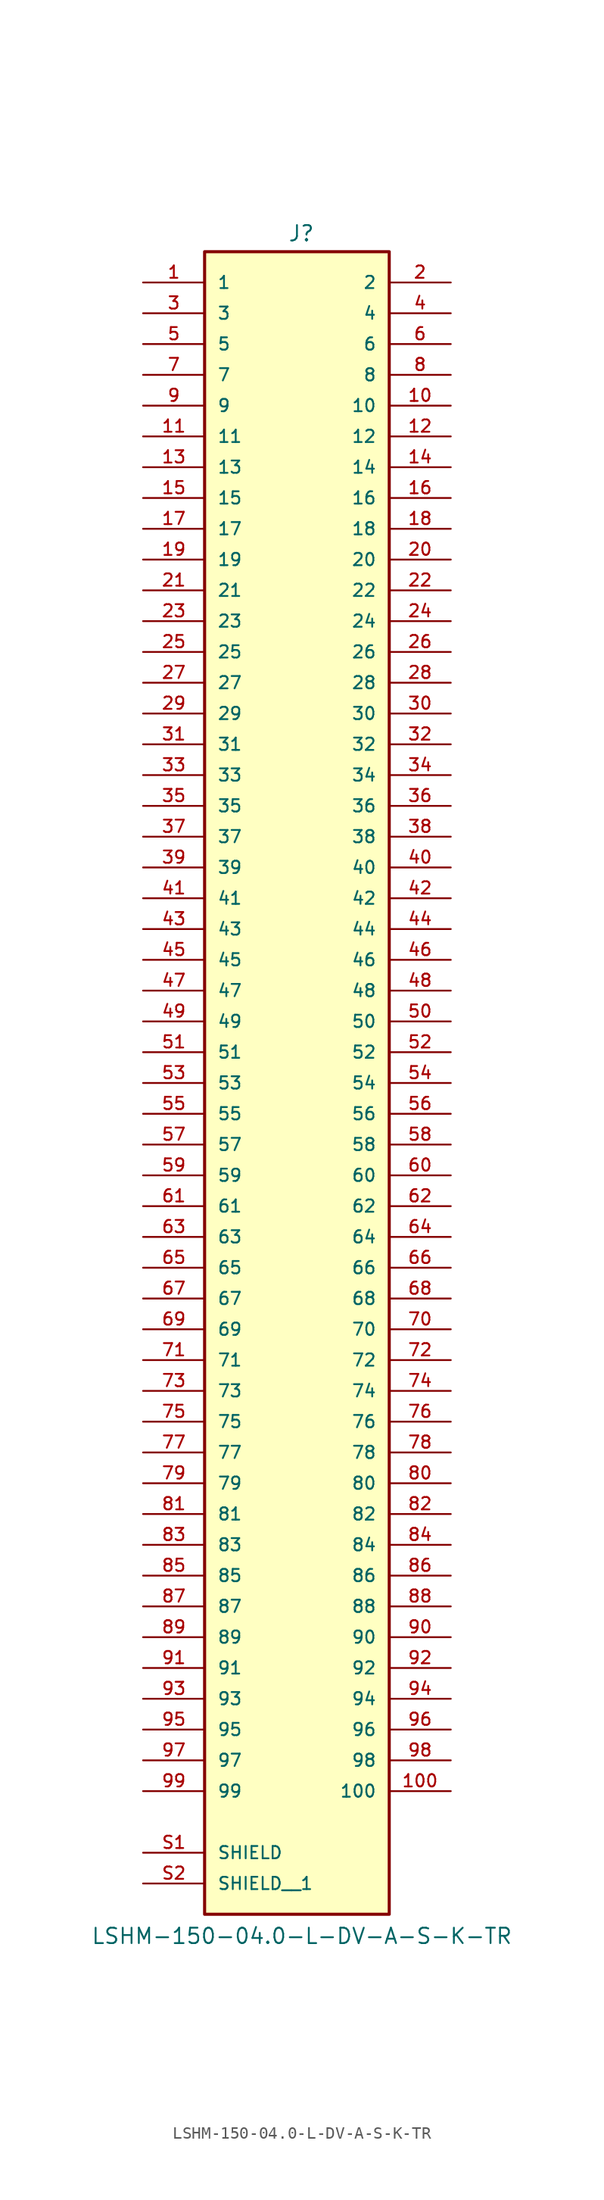
<source format=kicad_sym>
(kicad_symbol_lib
  (version 20231120)
  (generator "kicad_symbol_editor")
  (generator_version "8.0")
  (symbol "LSHM-150-04.0-L-DV-A-S-K-TR"
    (pin_names
      (offset 1.016))
    (property "Reference" "J"
      (at -0.762 66.802 0)
      (effects (font (size 1.27 1.27)) (justify left bottom)))
    (property "Value" "LSHM-150-04.0-L-DV-A-S-K-TR"
      (at -17.018 -73.66 0)
      (effects (font (size 1.27 1.27)) (justify left bottom)))
    (symbol "LSHM-150-04.0-L-DV-A-S-K-TR_0_0"
      (rectangle (start -7.62 -71.12) (end 7.62 66.04) (stroke (width 0.254) (type default)) (fill (type background)))
      (pin passive line (at -12.7 63.5 0) (length 5.08) (name "1" (effects (font (size 1.016 1.016)))) (number "1" (effects (font (size 1.016 1.016)))))
      (pin passive line (at 12.7 53.34 180) (length 5.08) (name "10" (effects (font (size 1.016 1.016)))) (number "10" (effects (font (size 1.016 1.016)))))
      (pin passive line (at 12.7 -60.96 180) (length 5.08) (name "100" (effects (font (size 1.016 1.016)))) (number "100" (effects (font (size 1.016 1.016)))))
      (pin passive line (at -12.7 50.8 0) (length 5.08) (name "11" (effects (font (size 1.016 1.016)))) (number "11" (effects (font (size 1.016 1.016)))))
      (pin passive line (at 12.7 50.8 180) (length 5.08) (name "12" (effects (font (size 1.016 1.016)))) (number "12" (effects (font (size 1.016 1.016)))))
      (pin passive line (at -12.7 48.26 0) (length 5.08) (name "13" (effects (font (size 1.016 1.016)))) (number "13" (effects (font (size 1.016 1.016)))))
      (pin passive line (at 12.7 48.26 180) (length 5.08) (name "14" (effects (font (size 1.016 1.016)))) (number "14" (effects (font (size 1.016 1.016)))))
      (pin passive line (at -12.7 45.72 0) (length 5.08) (name "15" (effects (font (size 1.016 1.016)))) (number "15" (effects (font (size 1.016 1.016)))))
      (pin passive line (at 12.7 45.72 180) (length 5.08) (name "16" (effects (font (size 1.016 1.016)))) (number "16" (effects (font (size 1.016 1.016)))))
      (pin passive line (at -12.7 43.18 0) (length 5.08) (name "17" (effects (font (size 1.016 1.016)))) (number "17" (effects (font (size 1.016 1.016)))))
      (pin passive line (at 12.7 43.18 180) (length 5.08) (name "18" (effects (font (size 1.016 1.016)))) (number "18" (effects (font (size 1.016 1.016)))))
      (pin passive line (at -12.7 40.64 0) (length 5.08) (name "19" (effects (font (size 1.016 1.016)))) (number "19" (effects (font (size 1.016 1.016)))))
      (pin passive line (at 12.7 63.5 180) (length 5.08) (name "2" (effects (font (size 1.016 1.016)))) (number "2" (effects (font (size 1.016 1.016)))))
      (pin passive line (at 12.7 40.64 180) (length 5.08) (name "20" (effects (font (size 1.016 1.016)))) (number "20" (effects (font (size 1.016 1.016)))))
      (pin passive line (at -12.7 38.1 0) (length 5.08) (name "21" (effects (font (size 1.016 1.016)))) (number "21" (effects (font (size 1.016 1.016)))))
      (pin passive line (at 12.7 38.1 180) (length 5.08) (name "22" (effects (font (size 1.016 1.016)))) (number "22" (effects (font (size 1.016 1.016)))))
      (pin passive line (at -12.7 35.56 0) (length 5.08) (name "23" (effects (font (size 1.016 1.016)))) (number "23" (effects (font (size 1.016 1.016)))))
      (pin passive line (at 12.7 35.56 180) (length 5.08) (name "24" (effects (font (size 1.016 1.016)))) (number "24" (effects (font (size 1.016 1.016)))))
      (pin passive line (at -12.7 33.02 0) (length 5.08) (name "25" (effects (font (size 1.016 1.016)))) (number "25" (effects (font (size 1.016 1.016)))))
      (pin passive line (at 12.7 33.02 180) (length 5.08) (name "26" (effects (font (size 1.016 1.016)))) (number "26" (effects (font (size 1.016 1.016)))))
      (pin passive line (at -12.7 30.48 0) (length 5.08) (name "27" (effects (font (size 1.016 1.016)))) (number "27" (effects (font (size 1.016 1.016)))))
      (pin passive line (at 12.7 30.48 180) (length 5.08) (name "28" (effects (font (size 1.016 1.016)))) (number "28" (effects (font (size 1.016 1.016)))))
      (pin passive line (at -12.7 27.94 0) (length 5.08) (name "29" (effects (font (size 1.016 1.016)))) (number "29" (effects (font (size 1.016 1.016)))))
      (pin passive line (at -12.7 60.96 0) (length 5.08) (name "3" (effects (font (size 1.016 1.016)))) (number "3" (effects (font (size 1.016 1.016)))))
      (pin passive line (at 12.7 27.94 180) (length 5.08) (name "30" (effects (font (size 1.016 1.016)))) (number "30" (effects (font (size 1.016 1.016)))))
      (pin passive line (at -12.7 25.4 0) (length 5.08) (name "31" (effects (font (size 1.016 1.016)))) (number "31" (effects (font (size 1.016 1.016)))))
      (pin passive line (at 12.7 25.4 180) (length 5.08) (name "32" (effects (font (size 1.016 1.016)))) (number "32" (effects (font (size 1.016 1.016)))))
      (pin passive line (at -12.7 22.86 0) (length 5.08) (name "33" (effects (font (size 1.016 1.016)))) (number "33" (effects (font (size 1.016 1.016)))))
      (pin passive line (at 12.7 22.86 180) (length 5.08) (name "34" (effects (font (size 1.016 1.016)))) (number "34" (effects (font (size 1.016 1.016)))))
      (pin passive line (at -12.7 20.32 0) (length 5.08) (name "35" (effects (font (size 1.016 1.016)))) (number "35" (effects (font (size 1.016 1.016)))))
      (pin passive line (at 12.7 20.32 180) (length 5.08) (name "36" (effects (font (size 1.016 1.016)))) (number "36" (effects (font (size 1.016 1.016)))))
      (pin passive line (at -12.7 17.78 0) (length 5.08) (name "37" (effects (font (size 1.016 1.016)))) (number "37" (effects (font (size 1.016 1.016)))))
      (pin passive line (at 12.7 17.78 180) (length 5.08) (name "38" (effects (font (size 1.016 1.016)))) (number "38" (effects (font (size 1.016 1.016)))))
      (pin passive line (at -12.7 15.24 0) (length 5.08) (name "39" (effects (font (size 1.016 1.016)))) (number "39" (effects (font (size 1.016 1.016)))))
      (pin passive line (at 12.7 60.96 180) (length 5.08) (name "4" (effects (font (size 1.016 1.016)))) (number "4" (effects (font (size 1.016 1.016)))))
      (pin passive line (at 12.7 15.24 180) (length 5.08) (name "40" (effects (font (size 1.016 1.016)))) (number "40" (effects (font (size 1.016 1.016)))))
      (pin passive line (at -12.7 12.7 0) (length 5.08) (name "41" (effects (font (size 1.016 1.016)))) (number "41" (effects (font (size 1.016 1.016)))))
      (pin passive line (at 12.7 12.7 180) (length 5.08) (name "42" (effects (font (size 1.016 1.016)))) (number "42" (effects (font (size 1.016 1.016)))))
      (pin passive line (at -12.7 10.16 0) (length 5.08) (name "43" (effects (font (size 1.016 1.016)))) (number "43" (effects (font (size 1.016 1.016)))))
      (pin passive line (at 12.7 10.16 180) (length 5.08) (name "44" (effects (font (size 1.016 1.016)))) (number "44" (effects (font (size 1.016 1.016)))))
      (pin passive line (at -12.7 7.62 0) (length 5.08) (name "45" (effects (font (size 1.016 1.016)))) (number "45" (effects (font (size 1.016 1.016)))))
      (pin passive line (at 12.7 7.62 180) (length 5.08) (name "46" (effects (font (size 1.016 1.016)))) (number "46" (effects (font (size 1.016 1.016)))))
      (pin passive line (at -12.7 5.08 0) (length 5.08) (name "47" (effects (font (size 1.016 1.016)))) (number "47" (effects (font (size 1.016 1.016)))))
      (pin passive line (at 12.7 5.08 180) (length 5.08) (name "48" (effects (font (size 1.016 1.016)))) (number "48" (effects (font (size 1.016 1.016)))))
      (pin passive line (at -12.7 2.54 0) (length 5.08) (name "49" (effects (font (size 1.016 1.016)))) (number "49" (effects (font (size 1.016 1.016)))))
      (pin passive line (at -12.7 58.42 0) (length 5.08) (name "5" (effects (font (size 1.016 1.016)))) (number "5" (effects (font (size 1.016 1.016)))))
      (pin passive line (at 12.7 2.54 180) (length 5.08) (name "50" (effects (font (size 1.016 1.016)))) (number "50" (effects (font (size 1.016 1.016)))))
      (pin passive line (at -12.7 0 0) (length 5.08) (name "51" (effects (font (size 1.016 1.016)))) (number "51" (effects (font (size 1.016 1.016)))))
      (pin passive line (at 12.7 0 180) (length 5.08) (name "52" (effects (font (size 1.016 1.016)))) (number "52" (effects (font (size 1.016 1.016)))))
      (pin passive line (at -12.7 -2.54 0) (length 5.08) (name "53" (effects (font (size 1.016 1.016)))) (number "53" (effects (font (size 1.016 1.016)))))
      (pin passive line (at 12.7 -2.54 180) (length 5.08) (name "54" (effects (font (size 1.016 1.016)))) (number "54" (effects (font (size 1.016 1.016)))))
      (pin passive line (at -12.7 -5.08 0) (length 5.08) (name "55" (effects (font (size 1.016 1.016)))) (number "55" (effects (font (size 1.016 1.016)))))
      (pin passive line (at 12.7 -5.08 180) (length 5.08) (name "56" (effects (font (size 1.016 1.016)))) (number "56" (effects (font (size 1.016 1.016)))))
      (pin passive line (at -12.7 -7.62 0) (length 5.08) (name "57" (effects (font (size 1.016 1.016)))) (number "57" (effects (font (size 1.016 1.016)))))
      (pin passive line (at 12.7 -7.62 180) (length 5.08) (name "58" (effects (font (size 1.016 1.016)))) (number "58" (effects (font (size 1.016 1.016)))))
      (pin passive line (at -12.7 -10.16 0) (length 5.08) (name "59" (effects (font (size 1.016 1.016)))) (number "59" (effects (font (size 1.016 1.016)))))
      (pin passive line (at 12.7 58.42 180) (length 5.08) (name "6" (effects (font (size 1.016 1.016)))) (number "6" (effects (font (size 1.016 1.016)))))
      (pin passive line (at 12.7 -10.16 180) (length 5.08) (name "60" (effects (font (size 1.016 1.016)))) (number "60" (effects (font (size 1.016 1.016)))))
      (pin passive line (at -12.7 -12.7 0) (length 5.08) (name "61" (effects (font (size 1.016 1.016)))) (number "61" (effects (font (size 1.016 1.016)))))
      (pin passive line (at 12.7 -12.7 180) (length 5.08) (name "62" (effects (font (size 1.016 1.016)))) (number "62" (effects (font (size 1.016 1.016)))))
      (pin passive line (at -12.7 -15.24 0) (length 5.08) (name "63" (effects (font (size 1.016 1.016)))) (number "63" (effects (font (size 1.016 1.016)))))
      (pin passive line (at 12.7 -15.24 180) (length 5.08) (name "64" (effects (font (size 1.016 1.016)))) (number "64" (effects (font (size 1.016 1.016)))))
      (pin passive line (at -12.7 -17.78 0) (length 5.08) (name "65" (effects (font (size 1.016 1.016)))) (number "65" (effects (font (size 1.016 1.016)))))
      (pin passive line (at 12.7 -17.78 180) (length 5.08) (name "66" (effects (font (size 1.016 1.016)))) (number "66" (effects (font (size 1.016 1.016)))))
      (pin passive line (at -12.7 -20.32 0) (length 5.08) (name "67" (effects (font (size 1.016 1.016)))) (number "67" (effects (font (size 1.016 1.016)))))
      (pin passive line (at 12.7 -20.32 180) (length 5.08) (name "68" (effects (font (size 1.016 1.016)))) (number "68" (effects (font (size 1.016 1.016)))))
      (pin passive line (at -12.7 -22.86 0) (length 5.08) (name "69" (effects (font (size 1.016 1.016)))) (number "69" (effects (font (size 1.016 1.016)))))
      (pin passive line (at -12.7 55.88 0) (length 5.08) (name "7" (effects (font (size 1.016 1.016)))) (number "7" (effects (font (size 1.016 1.016)))))
      (pin passive line (at 12.7 -22.86 180) (length 5.08) (name "70" (effects (font (size 1.016 1.016)))) (number "70" (effects (font (size 1.016 1.016)))))
      (pin passive line (at -12.7 -25.4 0) (length 5.08) (name "71" (effects (font (size 1.016 1.016)))) (number "71" (effects (font (size 1.016 1.016)))))
      (pin passive line (at 12.7 -25.4 180) (length 5.08) (name "72" (effects (font (size 1.016 1.016)))) (number "72" (effects (font (size 1.016 1.016)))))
      (pin passive line (at -12.7 -27.94 0) (length 5.08) (name "73" (effects (font (size 1.016 1.016)))) (number "73" (effects (font (size 1.016 1.016)))))
      (pin passive line (at 12.7 -27.94 180) (length 5.08) (name "74" (effects (font (size 1.016 1.016)))) (number "74" (effects (font (size 1.016 1.016)))))
      (pin passive line (at -12.7 -30.48 0) (length 5.08) (name "75" (effects (font (size 1.016 1.016)))) (number "75" (effects (font (size 1.016 1.016)))))
      (pin passive line (at 12.7 -30.48 180) (length 5.08) (name "76" (effects (font (size 1.016 1.016)))) (number "76" (effects (font (size 1.016 1.016)))))
      (pin passive line (at -12.7 -33.02 0) (length 5.08) (name "77" (effects (font (size 1.016 1.016)))) (number "77" (effects (font (size 1.016 1.016)))))
      (pin passive line (at 12.7 -33.02 180) (length 5.08) (name "78" (effects (font (size 1.016 1.016)))) (number "78" (effects (font (size 1.016 1.016)))))
      (pin passive line (at -12.7 -35.56 0) (length 5.08) (name "79" (effects (font (size 1.016 1.016)))) (number "79" (effects (font (size 1.016 1.016)))))
      (pin passive line (at 12.7 55.88 180) (length 5.08) (name "8" (effects (font (size 1.016 1.016)))) (number "8" (effects (font (size 1.016 1.016)))))
      (pin passive line (at 12.7 -35.56 180) (length 5.08) (name "80" (effects (font (size 1.016 1.016)))) (number "80" (effects (font (size 1.016 1.016)))))
      (pin passive line (at -12.7 -38.1 0) (length 5.08) (name "81" (effects (font (size 1.016 1.016)))) (number "81" (effects (font (size 1.016 1.016)))))
      (pin passive line (at 12.7 -38.1 180) (length 5.08) (name "82" (effects (font (size 1.016 1.016)))) (number "82" (effects (font (size 1.016 1.016)))))
      (pin passive line (at -12.7 -40.64 0) (length 5.08) (name "83" (effects (font (size 1.016 1.016)))) (number "83" (effects (font (size 1.016 1.016)))))
      (pin passive line (at 12.7 -40.64 180) (length 5.08) (name "84" (effects (font (size 1.016 1.016)))) (number "84" (effects (font (size 1.016 1.016)))))
      (pin passive line (at -12.7 -43.18 0) (length 5.08) (name "85" (effects (font (size 1.016 1.016)))) (number "85" (effects (font (size 1.016 1.016)))))
      (pin passive line (at 12.7 -43.18 180) (length 5.08) (name "86" (effects (font (size 1.016 1.016)))) (number "86" (effects (font (size 1.016 1.016)))))
      (pin passive line (at -12.7 -45.72 0) (length 5.08) (name "87" (effects (font (size 1.016 1.016)))) (number "87" (effects (font (size 1.016 1.016)))))
      (pin passive line (at 12.7 -45.72 180) (length 5.08) (name "88" (effects (font (size 1.016 1.016)))) (number "88" (effects (font (size 1.016 1.016)))))
      (pin passive line (at -12.7 -48.26 0) (length 5.08) (name "89" (effects (font (size 1.016 1.016)))) (number "89" (effects (font (size 1.016 1.016)))))
      (pin passive line (at -12.7 53.34 0) (length 5.08) (name "9" (effects (font (size 1.016 1.016)))) (number "9" (effects (font (size 1.016 1.016)))))
      (pin passive line (at 12.7 -48.26 180) (length 5.08) (name "90" (effects (font (size 1.016 1.016)))) (number "90" (effects (font (size 1.016 1.016)))))
      (pin passive line (at -12.7 -50.8 0) (length 5.08) (name "91" (effects (font (size 1.016 1.016)))) (number "91" (effects (font (size 1.016 1.016)))))
      (pin passive line (at 12.7 -50.8 180) (length 5.08) (name "92" (effects (font (size 1.016 1.016)))) (number "92" (effects (font (size 1.016 1.016)))))
      (pin passive line (at -12.7 -53.34 0) (length 5.08) (name "93" (effects (font (size 1.016 1.016)))) (number "93" (effects (font (size 1.016 1.016)))))
      (pin passive line (at 12.7 -53.34 180) (length 5.08) (name "94" (effects (font (size 1.016 1.016)))) (number "94" (effects (font (size 1.016 1.016)))))
      (pin passive line (at -12.7 -55.88 0) (length 5.08) (name "95" (effects (font (size 1.016 1.016)))) (number "95" (effects (font (size 1.016 1.016)))))
      (pin passive line (at 12.7 -55.88 180) (length 5.08) (name "96" (effects (font (size 1.016 1.016)))) (number "96" (effects (font (size 1.016 1.016)))))
      (pin passive line (at -12.7 -58.42 0) (length 5.08) (name "97" (effects (font (size 1.016 1.016)))) (number "97" (effects (font (size 1.016 1.016)))))
      (pin passive line (at 12.7 -58.42 180) (length 5.08) (name "98" (effects (font (size 1.016 1.016)))) (number "98" (effects (font (size 1.016 1.016)))))
      (pin passive line (at -12.7 -60.96 0) (length 5.08) (name "99" (effects (font (size 1.016 1.016)))) (number "99" (effects (font (size 1.016 1.016)))))
      (pin passive line (at -12.7 -66.04 0) (length 5.08) (name "SHIELD" (effects (font (size 1.016 1.016)))) (number "S1" (effects (font (size 1.016 1.016)))))
      (pin passive line (at -12.7 -68.58 0) (length 5.08) (name "SHIELD__1" (effects (font (size 1.016 1.016)))) (number "S2" (effects (font (size 1.016 1.016))))))))
</source>
